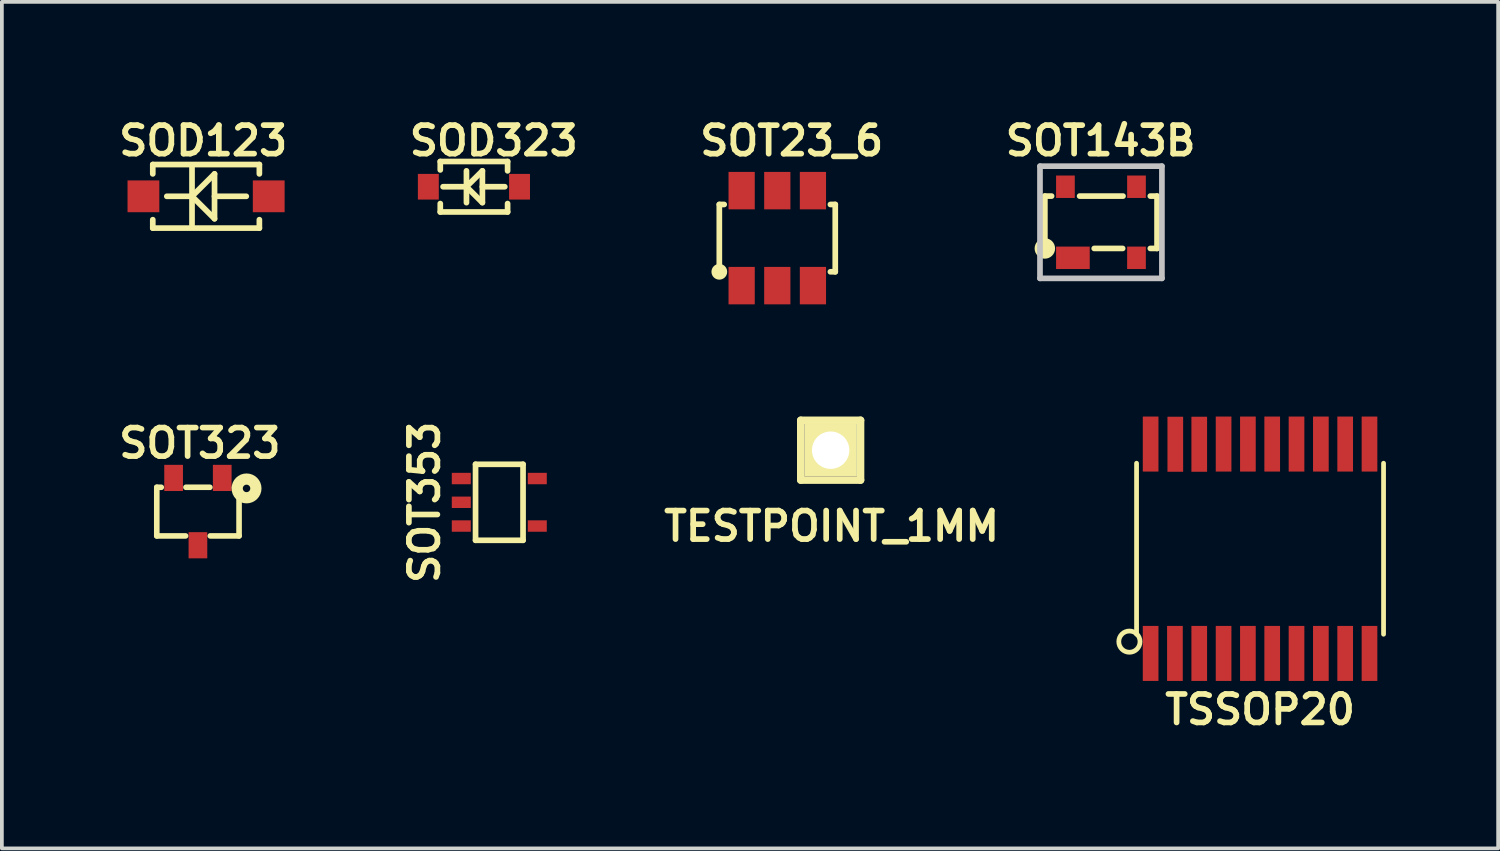
<source format=kicad_pcb>
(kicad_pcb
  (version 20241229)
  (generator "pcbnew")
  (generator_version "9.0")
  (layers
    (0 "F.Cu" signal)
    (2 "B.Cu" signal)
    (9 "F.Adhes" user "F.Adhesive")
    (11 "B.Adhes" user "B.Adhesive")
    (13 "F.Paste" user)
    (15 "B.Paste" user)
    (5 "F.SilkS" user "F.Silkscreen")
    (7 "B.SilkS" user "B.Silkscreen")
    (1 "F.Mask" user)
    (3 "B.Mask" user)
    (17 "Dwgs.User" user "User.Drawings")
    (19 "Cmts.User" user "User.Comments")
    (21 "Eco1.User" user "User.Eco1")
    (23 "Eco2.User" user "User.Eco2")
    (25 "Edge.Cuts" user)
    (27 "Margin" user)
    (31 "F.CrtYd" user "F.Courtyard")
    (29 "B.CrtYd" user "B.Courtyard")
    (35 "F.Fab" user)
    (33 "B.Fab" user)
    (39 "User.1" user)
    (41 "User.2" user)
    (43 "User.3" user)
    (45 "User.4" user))
  (footprint "SOT353"
    (layer "F.Cu")
    (at 10.3 10.38)
    (property "Reference" "SOT353" (at -2 0 90) (layer "F.SilkS") (effects (font (size 0.762 0.762) (thickness 0.152))))
    (attr smd)
    (fp_line (start -0.635 -1.016) (end -0.635 1.016) (stroke (width 0.152) (type solid)) (layer "F.SilkS"))
    (fp_line (start -0.635 1.016) (end 0.635 1.016) (stroke (width 0.152) (type solid)) (layer "F.SilkS"))
    (fp_line (start 0.635 -1.016) (end -0.635 -1.016) (stroke (width 0.152) (type solid)) (layer "F.SilkS"))
    (fp_line (start 0.635 1.016) (end 0.635 -1.016) (stroke (width 0.152) (type solid)) (layer "F.SilkS"))
    (pad "1" smd rect (at -1.016 -0.635) (size 0.508 0.305) (layers "F.Cu" "F.Mask" "F.Paste"))
    (pad "2" smd rect (at -1.016 0) (size 0.508 0.305) (layers "F.Cu" "F.Mask" "F.Paste"))
    (pad "3" smd rect (at -1.016 0.635) (size 0.508 0.305) (layers "F.Cu" "F.Mask" "F.Paste"))
    (pad "4" smd rect (at 1.016 0.635) (size 0.508 0.305) (layers "F.Cu" "F.Mask" "F.Paste"))
    (pad "5" smd rect (at 1.016 -0.635) (size 0.508 0.305) (layers "F.Cu" "F.Mask" "F.Paste")))
  (footprint "SOT143B"
    (layer "F.Cu")
    (at 26.387 2.893)
    (property "Reference" "SOT143B" (at -0.01 -2.18 0) (layer "F.SilkS") (effects (font (size 0.762 0.762) (thickness 0.152))))
    (attr through_hole)
    (fp_line (start -1.5 -0.7) (end -1.5 0.7) (stroke (width 0.152) (type solid)) (layer "F.SilkS"))
    (fp_line (start -1.5 -0.7) (end -1.32 -0.7) (stroke (width 0.152) (type solid)) (layer "F.SilkS"))
    (fp_line (start -1.5 0.7) (end -1.32 0.7) (stroke (width 0.152) (type solid)) (layer "F.SilkS"))
    (fp_line (start 0.58 0.7) (end -0.18 0.7) (stroke (width 0.152) (type solid)) (layer "F.SilkS"))
    (fp_line (start 0.59 -0.7) (end -0.57 -0.7) (stroke (width 0.152) (type solid)) (layer "F.SilkS"))
    (fp_line (start 1.5 -0.7) (end 1.32 -0.7) (stroke (width 0.152) (type solid)) (layer "F.SilkS"))
    (fp_line (start 1.5 -0.7) (end 1.5 0.7) (stroke (width 0.152) (type solid)) (layer "F.SilkS"))
    (fp_line (start 1.5 0.7) (end 1.32 0.7) (stroke (width 0.152) (type solid)) (layer "F.SilkS"))
    (fp_circle (center -1.5 0.7) (end -1.36 0.65) (stroke (width 0.25) (type solid)) (fill no) (layer "F.SilkS"))
    (fp_line (start -1.63 -1.5) (end 1.63 -1.5) (stroke (width 0.152) (type solid)) (layer "Dwgs.User"))
    (fp_line (start -1.63 1.5) (end -1.63 -1.5) (stroke (width 0.152) (type solid)) (layer "Dwgs.User"))
    (fp_line (start 1.63 -1.5) (end 1.63 1.5) (stroke (width 0.152) (type solid)) (layer "Dwgs.User"))
    (fp_line (start 1.63 1.5) (end -1.63 1.5) (stroke (width 0.152) (type solid)) (layer "Dwgs.User"))
    (pad "1" smd rect (at -0.75 0.95) (size 0.9 0.6) (layers "F.Cu" "F.Mask" "F.Paste"))
    (pad "2" smd rect (at 0.95 0.95) (size 0.5 0.6) (layers "F.Cu" "F.Mask" "F.Paste"))
    (pad "3" smd rect (at 0.95 -0.95) (size 0.5 0.6) (layers "F.Cu" "F.Mask" "F.Paste"))
    (pad "4" smd rect (at -0.95 -0.95) (size 0.5 0.6) (layers "F.Cu" "F.Mask" "F.Paste")))
  (footprint "SOT23_6"
    (layer "F.Cu")
    (at 17.733 3.317)
    (property "Reference" "SOT23_6" (at 0.386 -2.603 0) (layer "F.SilkS") (effects (font (size 0.762 0.762) (thickness 0.152))))
    (attr through_hole)
    (fp_line (start -1.55 -0.9) (end -1.55 0.9) (stroke (width 0.152) (type solid)) (layer "F.SilkS"))
    (fp_line (start -1.55 -0.9) (end -1.42 -0.9) (stroke (width 0.152) (type solid)) (layer "F.SilkS"))
    (fp_line (start -1.55 0.9) (end -1.42 0.9) (stroke (width 0.152) (type solid)) (layer "F.SilkS"))
    (fp_line (start 1.55 -0.9) (end 1.42 -0.9) (stroke (width 0.152) (type solid)) (layer "F.SilkS"))
    (fp_line (start 1.55 0.9) (end 1.42 0.9) (stroke (width 0.152) (type solid)) (layer "F.SilkS"))
    (fp_line (start 1.55 0.9) (end 1.55 -0.9) (stroke (width 0.152) (type solid)) (layer "F.SilkS"))
    (fp_circle (center -1.55 0.9) (end -1.43 0.84) (stroke (width 0.152) (type solid)) (fill no) (layer "F.SilkS"))
    (pad "1" smd rect (at -0.953 1.27) (size 0.701 1.001) (layers "F.Cu" "F.Mask" "F.Paste"))
    (pad "2" smd rect (at 0 1.27) (size 0.701 1.001) (layers "F.Cu" "F.Mask" "F.Paste"))
    (pad "3" smd rect (at 0.953 1.27) (size 0.701 1.001) (layers "F.Cu" "F.Mask" "F.Paste"))
    (pad "4" smd rect (at 0.953 -1.27) (size 0.701 1.001) (layers "F.Cu" "F.Mask" "F.Paste"))
    (pad "5" smd rect (at 0 -1.27) (size 0.701 1.001) (layers "F.Cu" "F.Mask" "F.Paste"))
    (pad "6" smd rect (at -0.953 -1.27) (size 0.701 1.001) (layers "F.Cu" "F.Mask" "F.Paste")))
  (footprint "TESTPOINT_1MM"
    (layer "F.Cu")
    (at 19.16 8.987)
    (property "Reference" "TESTPOINT_1MM" (at 0.025 2.032 0) (layer "F.SilkS") (effects (font (size 0.762 0.762) (thickness 0.152))))
    (attr through_hole)
    (fp_line (start -0.8 -0.8) (end 0.8 -0.8) (stroke (width 0.2) (type solid)) (layer "F.SilkS"))
    (fp_line (start -0.8 0.8) (end -0.8 -0.8) (stroke (width 0.2) (type solid)) (layer "F.SilkS"))
    (fp_line (start 0.8 -0.8) (end 0.8 0.8) (stroke (width 0.2) (type solid)) (layer "F.SilkS"))
    (fp_line (start 0.8 0.8) (end -0.8 0.8) (stroke (width 0.2) (type solid)) (layer "F.SilkS"))
    (pad "1" thru_hole rect (at 0 0) (size 1.4 1.4) (drill 1) (layers "*.Cu" "*.Mask" "F.SilkS")))
  (footprint "SOD123"
    (layer "F.Cu")
    (at 2.46 2.199)
    (property "Reference" "SOD123" (at -0.076 -1.486 0) (layer "F.SilkS") (effects (font (size 0.762 0.762) (thickness 0.152))))
    (attr through_hole)
    (fp_line (start -1.425 -0.85) (end -1.425 -0.6) (stroke (width 0.152) (type solid)) (layer "F.SilkS"))
    (fp_line (start -1.425 -0.85) (end 1.425 -0.85) (stroke (width 0.152) (type solid)) (layer "F.SilkS"))
    (fp_line (start -1.425 0.625) (end -1.425 0.85) (stroke (width 0.152) (type solid)) (layer "F.SilkS"))
    (fp_line (start -1.425 0.85) (end 1.425 0.85) (stroke (width 0.152) (type solid)) (layer "F.SilkS"))
    (fp_line (start -0.4 0) (end -1.05 0) (stroke (width 0.152) (type solid)) (layer "F.SilkS"))
    (fp_line (start -0.376 -0.775) (end -0.376 0.775) (stroke (width 0.152) (type solid)) (layer "F.SilkS"))
    (fp_line (start -0.376 0) (end 0.226 -0.599) (stroke (width 0.152) (type solid)) (layer "F.SilkS"))
    (fp_line (start 0.225 0) (end 1.075 0) (stroke (width 0.152) (type solid)) (layer "F.SilkS"))
    (fp_line (start 0.226 -0.599) (end 0.226 0.599) (stroke (width 0.152) (type solid)) (layer "F.SilkS"))
    (fp_line (start 0.226 0.599) (end -0.376 0) (stroke (width 0.152) (type solid)) (layer "F.SilkS"))
    (fp_line (start 1.425 -0.85) (end 1.425 -0.6) (stroke (width 0.152) (type solid)) (layer "F.SilkS"))
    (fp_line (start 1.425 0.85) (end 1.425 0.625) (stroke (width 0.152) (type solid)) (layer "F.SilkS"))
    (pad "1" smd rect (at 1.675 0) (size 0.85 0.85) (layers "F.Cu" "F.Mask" "F.Paste"))
    (pad "2" smd rect (at -1.675 0) (size 0.85 0.85) (layers "F.Cu" "F.Mask" "F.Paste")))
  (footprint "TSSOP20"
    (layer "F.Cu")
    (at 30.641 11.622)
    (property "Reference" "TSSOP20" (at 0 4.3 0) (layer "F.SilkS") (effects (font (size 0.762 0.762) (thickness 0.152))))
    (attr smd)
    (fp_line (start -3.302 -2.286) (end -3.302 2.286) (stroke (width 0.127) (type solid)) (layer "F.SilkS"))
    (fp_line (start 3.302 2.286) (end 3.302 -2.286) (stroke (width 0.127) (type solid)) (layer "F.SilkS"))
    (fp_circle (center -3.493 2.484) (end -3.62 2.738) (stroke (width 0.127) (type solid)) (fill no) (layer "F.SilkS"))
    (pad "1" smd rect (at -2.926 2.799) (size 0.419 1.471) (layers "F.Cu" "F.Mask" "F.Paste"))
    (pad "2" smd rect (at -2.276 2.799) (size 0.419 1.471) (layers "F.Cu" "F.Mask" "F.Paste"))
    (pad "3" smd rect (at -1.626 2.799) (size 0.419 1.471) (layers "F.Cu" "F.Mask" "F.Paste"))
    (pad "4" smd rect (at -0.975 2.799) (size 0.419 1.471) (layers "F.Cu" "F.Mask" "F.Paste"))
    (pad "5" smd rect (at -0.325 2.799) (size 0.419 1.471) (layers "F.Cu" "F.Mask" "F.Paste"))
    (pad "6" smd rect (at 0.325 2.799) (size 0.419 1.471) (layers "F.Cu" "F.Mask" "F.Paste"))
    (pad "7" smd rect (at 0.975 2.799) (size 0.419 1.471) (layers "F.Cu" "F.Mask" "F.Paste"))
    (pad "8" smd rect (at 1.626 2.799) (size 0.419 1.471) (layers "F.Cu" "F.Mask" "F.Paste"))
    (pad "9" smd rect (at 2.276 2.799) (size 0.419 1.471) (layers "F.Cu" "F.Mask" "F.Paste"))
    (pad "10" smd rect (at 2.926 2.799) (size 0.419 1.471) (layers "F.Cu" "F.Mask" "F.Paste"))
    (pad "11" smd rect (at 2.926 -2.799) (size 0.419 1.471) (layers "F.Cu" "F.Mask" "F.Paste"))
    (pad "12" smd rect (at 2.276 -2.799) (size 0.419 1.471) (layers "F.Cu" "F.Mask" "F.Paste"))
    (pad "13" smd rect (at 1.626 -2.799) (size 0.419 1.471) (layers "F.Cu" "F.Mask" "F.Paste"))
    (pad "14" smd rect (at 0.975 -2.799) (size 0.419 1.471) (layers "F.Cu" "F.Mask" "F.Paste"))
    (pad "15" smd rect (at 0.325 -2.799) (size 0.419 1.471) (layers "F.Cu" "F.Mask" "F.Paste"))
    (pad "16" smd rect (at -0.325 -2.799) (size 0.419 1.471) (layers "F.Cu" "F.Mask" "F.Paste"))
    (pad "17" smd rect (at -0.975 -2.799) (size 0.419 1.471) (layers "F.Cu" "F.Mask" "F.Paste"))
    (pad "18" smd rect (at -1.626 -2.794) (size 0.419 1.471) (layers "F.Cu" "F.Mask" "F.Paste"))
    (pad "19" smd rect (at -2.266 -2.794) (size 0.419 1.471) (layers "F.Cu" "F.Mask" "F.Paste"))
    (pad "20" smd rect (at -2.926 -2.799) (size 0.419 1.471) (layers "F.Cu" "F.Mask" "F.Paste")))
  (footprint "SOD323"
    (layer "F.Cu")
    (at 9.622 1.943)
    (property "Reference" "SOD323" (at 0.53 -1.23 0) (layer "F.SilkS") (effects (font (size 0.762 0.762) (thickness 0.152))))
    (attr through_hole)
    (fp_line (start -0.9 -0.675) (end -0.9 -0.45) (stroke (width 0.152) (type solid)) (layer "F.SilkS"))
    (fp_line (start -0.9 -0.675) (end 0.9 -0.675) (stroke (width 0.152) (type solid)) (layer "F.SilkS"))
    (fp_line (start -0.9 0.45) (end -0.9 0.675) (stroke (width 0.152) (type solid)) (layer "F.SilkS"))
    (fp_line (start -0.9 0.675) (end 0.9 0.675) (stroke (width 0.152) (type solid)) (layer "F.SilkS"))
    (fp_line (start -0.275 0) (end -0.825 0) (stroke (width 0.152) (type solid)) (layer "F.SilkS"))
    (fp_line (start -0.201 0) (end 0.226 -0.424) (stroke (width 0.152) (type solid)) (layer "F.SilkS"))
    (fp_line (start -0.2 0) (end -0.2 -0.425) (stroke (width 0.152) (type solid)) (layer "F.SilkS"))
    (fp_line (start -0.2 0) (end -0.2 0.425) (stroke (width 0.152) (type solid)) (layer "F.SilkS"))
    (fp_line (start 0.225 0) (end 0.825 0) (stroke (width 0.152) (type solid)) (layer "F.SilkS"))
    (fp_line (start 0.226 -0.424) (end 0.226 0.424) (stroke (width 0.152) (type solid)) (layer "F.SilkS"))
    (fp_line (start 0.226 0.424) (end -0.201 0) (stroke (width 0.152) (type solid)) (layer "F.SilkS"))
    (fp_line (start 0.9 -0.675) (end 0.9 -0.425) (stroke (width 0.152) (type solid)) (layer "F.SilkS"))
    (fp_line (start 0.9 0.675) (end 0.9 0.45) (stroke (width 0.152) (type solid)) (layer "F.SilkS"))
    (pad "1" smd rect (at 1.219 0) (size 0.559 0.686) (layers "F.Cu" "F.Mask" "F.Paste"))
    (pad "2" smd rect (at -1.219 0) (size 0.559 0.686) (layers "F.Cu" "F.Mask" "F.Paste")))
  (footprint "SOT323"
    (layer "F.Cu")
    (at 2.242 10.629)
    (property "Reference" "SOT323" (at 0.051 -1.829 0) (layer "F.SilkS") (effects (font (size 0.762 0.762) (thickness 0.152))))
    (attr smd)
    (fp_line (start -1.1 -0.65) (end -1.1 0.65) (stroke (width 0.15) (type solid)) (layer "F.SilkS"))
    (fp_line (start -1.1 -0.65) (end -0.98 -0.65) (stroke (width 0.15) (type solid)) (layer "F.SilkS"))
    (fp_line (start -1.1 0.65) (end -0.33 0.65) (stroke (width 0.15) (type solid)) (layer "F.SilkS"))
    (fp_line (start 0.32 -0.65) (end -0.32 -0.65) (stroke (width 0.15) (type solid)) (layer "F.SilkS"))
    (fp_line (start 0.33 0.65) (end 1.1 0.65) (stroke (width 0.15) (type solid)) (layer "F.SilkS"))
    (fp_line (start 1.1 -0.65) (end 0.98 -0.65) (stroke (width 0.15) (type solid)) (layer "F.SilkS"))
    (fp_line (start 1.1 0.65) (end 1.1 -0.65) (stroke (width 0.15) (type solid)) (layer "F.SilkS"))
    (fp_circle (center 1.3 -0.62) (end 1.54 -0.69) (stroke (width 0.3) (type solid)) (fill no) (layer "F.SilkS"))
    (pad "1" smd rect (at 0.65 -0.9) (size 0.5 0.7) (layers "F.Cu" "F.Mask" "F.Paste"))
    (pad "2" smd rect (at -0.65 -0.9) (size 0.5 0.7) (layers "F.Cu" "F.Mask" "F.Paste"))
    (pad "3" smd rect (at 0 0.9) (size 0.5 0.7) (layers "F.Cu" "F.Mask" "F.Paste")))
  (gr_rect
    (start -3 -3)
    (end 37.007 19.635)
    (stroke (width 0.1) (type default))
    (fill no)
    (layer "Edge.Cuts")))
</source>
